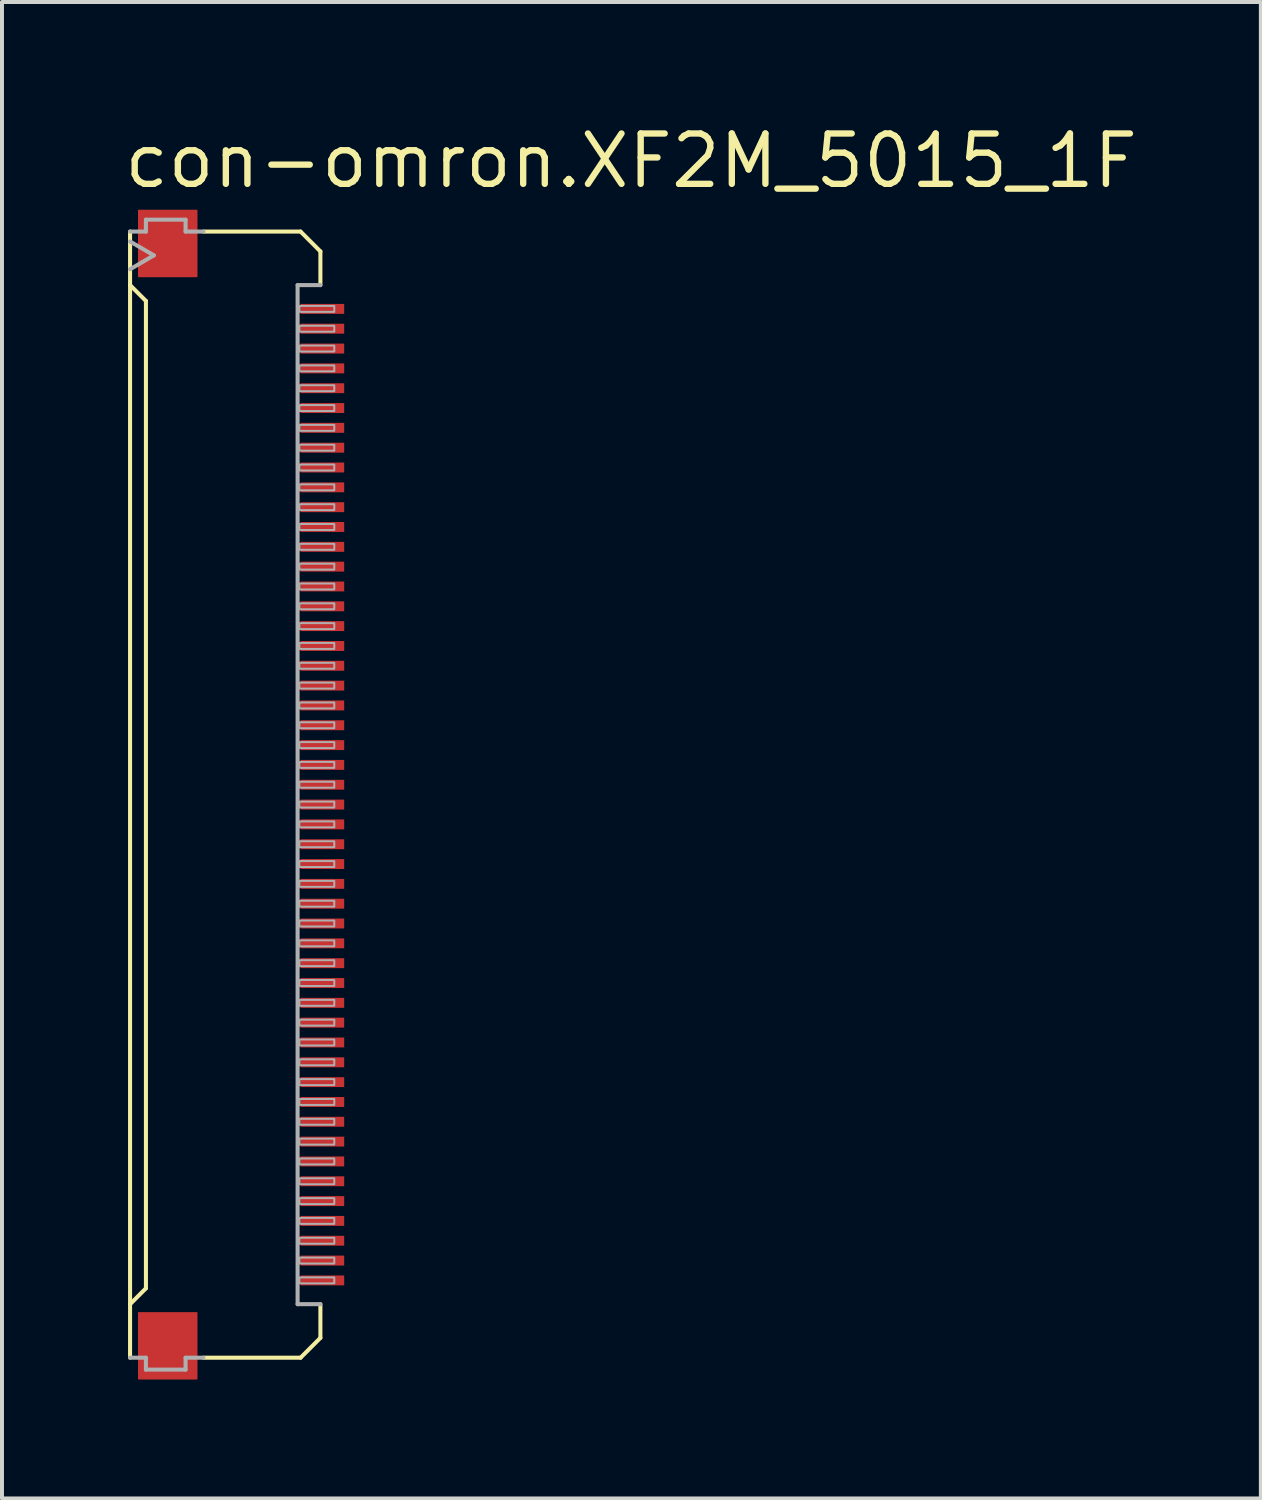
<source format=kicad_pcb>
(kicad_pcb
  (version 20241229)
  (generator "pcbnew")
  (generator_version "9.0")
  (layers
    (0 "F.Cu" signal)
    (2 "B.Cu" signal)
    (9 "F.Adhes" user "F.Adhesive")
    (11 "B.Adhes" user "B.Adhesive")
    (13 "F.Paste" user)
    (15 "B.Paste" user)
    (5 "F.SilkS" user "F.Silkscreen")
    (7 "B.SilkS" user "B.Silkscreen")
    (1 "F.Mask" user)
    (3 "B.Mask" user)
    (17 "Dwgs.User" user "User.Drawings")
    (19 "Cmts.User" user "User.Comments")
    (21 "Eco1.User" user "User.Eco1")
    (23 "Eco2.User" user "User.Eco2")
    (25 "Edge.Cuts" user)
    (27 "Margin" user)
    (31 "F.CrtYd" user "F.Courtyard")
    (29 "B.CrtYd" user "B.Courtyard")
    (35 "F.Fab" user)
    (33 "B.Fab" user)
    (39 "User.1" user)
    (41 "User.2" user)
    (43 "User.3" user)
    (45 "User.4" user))
  (footprint "con-omron.XF2M_5015_1F"
    (layer "F.Cu")
    (at 2.54 16.99)
    (property "Reference" "con-omron.XF2M_5015_1F" (at -2.54 -15.24 0) (layer "F.SilkS") (effects (font (size 1.27 1.27) (thickness 0.16)) (justify left bottom)))
    (attr smd)
    (fp_rect (start 1.965 -12.1) (end 3.115 -12.4) (stroke (width 0.05) (type default)) (fill yes) (layer "F.Mask"))
    (fp_rect (start 1.965 -11.6) (end 3.115 -11.9) (stroke (width 0.05) (type default)) (fill yes) (layer "F.Mask"))
    (fp_rect (start 1.965 -11.1) (end 3.115 -11.4) (stroke (width 0.05) (type default)) (fill yes) (layer "F.Mask"))
    (fp_rect (start 1.965 -10.6) (end 3.115 -10.9) (stroke (width 0.05) (type default)) (fill yes) (layer "F.Mask"))
    (fp_rect (start 1.965 -10.1) (end 3.115 -10.4) (stroke (width 0.05) (type default)) (fill yes) (layer "F.Mask"))
    (fp_rect (start 1.965 -9.6) (end 3.115 -9.9) (stroke (width 0.05) (type default)) (fill yes) (layer "F.Mask"))
    (fp_rect (start 1.965 -9.1) (end 3.115 -9.4) (stroke (width 0.05) (type default)) (fill yes) (layer "F.Mask"))
    (fp_rect (start 1.965 -8.6) (end 3.115 -8.9) (stroke (width 0.05) (type default)) (fill yes) (layer "F.Mask"))
    (fp_rect (start 1.965 -8.1) (end 3.115 -8.4) (stroke (width 0.05) (type default)) (fill yes) (layer "F.Mask"))
    (fp_rect (start 1.965 -7.6) (end 3.115 -7.9) (stroke (width 0.05) (type default)) (fill yes) (layer "F.Mask"))
    (fp_rect (start 1.965 -7.1) (end 3.115 -7.4) (stroke (width 0.05) (type default)) (fill yes) (layer "F.Mask"))
    (fp_rect (start 1.965 -6.6) (end 3.115 -6.9) (stroke (width 0.05) (type default)) (fill yes) (layer "F.Mask"))
    (fp_rect (start 1.965 -6.1) (end 3.115 -6.4) (stroke (width 0.05) (type default)) (fill yes) (layer "F.Mask"))
    (fp_rect (start 1.965 -5.6) (end 3.115 -5.9) (stroke (width 0.05) (type default)) (fill yes) (layer "F.Mask"))
    (fp_rect (start 1.965 -5.1) (end 3.115 -5.4) (stroke (width 0.05) (type default)) (fill yes) (layer "F.Mask"))
    (fp_rect (start 1.965 -4.6) (end 3.115 -4.9) (stroke (width 0.05) (type default)) (fill yes) (layer "F.Mask"))
    (fp_rect (start 1.965 -4.1) (end 3.115 -4.4) (stroke (width 0.05) (type default)) (fill yes) (layer "F.Mask"))
    (fp_rect (start 1.965 -3.6) (end 3.115 -3.9) (stroke (width 0.05) (type default)) (fill yes) (layer "F.Mask"))
    (fp_rect (start 1.965 -3.1) (end 3.115 -3.4) (stroke (width 0.05) (type default)) (fill yes) (layer "F.Mask"))
    (fp_rect (start 1.965 -2.6) (end 3.115 -2.9) (stroke (width 0.05) (type default)) (fill yes) (layer "F.Mask"))
    (fp_rect (start 1.965 -2.1) (end 3.115 -2.4) (stroke (width 0.05) (type default)) (fill yes) (layer "F.Mask"))
    (fp_rect (start 1.965 -1.6) (end 3.115 -1.9) (stroke (width 0.05) (type default)) (fill yes) (layer "F.Mask"))
    (fp_rect (start 1.965 -1.1) (end 3.115 -1.4) (stroke (width 0.05) (type default)) (fill yes) (layer "F.Mask"))
    (fp_rect (start 1.965 -0.6) (end 3.115 -0.9) (stroke (width 0.05) (type default)) (fill yes) (layer "F.Mask"))
    (fp_rect (start 1.965 -0.1) (end 3.115 -0.4) (stroke (width 0.05) (type default)) (fill yes) (layer "F.Mask"))
    (fp_rect (start 1.965 0.4) (end 3.115 0.1) (stroke (width 0.05) (type default)) (fill yes) (layer "F.Mask"))
    (fp_rect (start 1.965 0.9) (end 3.115 0.6) (stroke (width 0.05) (type default)) (fill yes) (layer "F.Mask"))
    (fp_rect (start 1.965 1.4) (end 3.115 1.1) (stroke (width 0.05) (type default)) (fill yes) (layer "F.Mask"))
    (fp_rect (start 1.965 1.9) (end 3.115 1.6) (stroke (width 0.05) (type default)) (fill yes) (layer "F.Mask"))
    (fp_rect (start 1.965 2.4) (end 3.115 2.1) (stroke (width 0.05) (type default)) (fill yes) (layer "F.Mask"))
    (fp_rect (start 1.965 2.9) (end 3.115 2.6) (stroke (width 0.05) (type default)) (fill yes) (layer "F.Mask"))
    (fp_rect (start 1.965 3.4) (end 3.115 3.1) (stroke (width 0.05) (type default)) (fill yes) (layer "F.Mask"))
    (fp_rect (start 1.965 3.9) (end 3.115 3.6) (stroke (width 0.05) (type default)) (fill yes) (layer "F.Mask"))
    (fp_rect (start 1.965 4.4) (end 3.115 4.1) (stroke (width 0.05) (type default)) (fill yes) (layer "F.Mask"))
    (fp_rect (start 1.965 4.9) (end 3.115 4.6) (stroke (width 0.05) (type default)) (fill yes) (layer "F.Mask"))
    (fp_rect (start 1.965 5.4) (end 3.115 5.1) (stroke (width 0.05) (type default)) (fill yes) (layer "F.Mask"))
    (fp_rect (start 1.965 5.9) (end 3.115 5.6) (stroke (width 0.05) (type default)) (fill yes) (layer "F.Mask"))
    (fp_rect (start 1.965 6.4) (end 3.115 6.1) (stroke (width 0.05) (type default)) (fill yes) (layer "F.Mask"))
    (fp_rect (start 1.965 6.9) (end 3.115 6.6) (stroke (width 0.05) (type default)) (fill yes) (layer "F.Mask"))
    (fp_rect (start 1.965 7.4) (end 3.115 7.1) (stroke (width 0.05) (type default)) (fill yes) (layer "F.Mask"))
    (fp_rect (start 1.965 7.9) (end 3.115 7.6) (stroke (width 0.05) (type default)) (fill yes) (layer "F.Mask"))
    (fp_rect (start 1.965 8.4) (end 3.115 8.1) (stroke (width 0.05) (type default)) (fill yes) (layer "F.Mask"))
    (fp_rect (start 1.965 8.9) (end 3.115 8.6) (stroke (width 0.05) (type default)) (fill yes) (layer "F.Mask"))
    (fp_rect (start 1.965 9.4) (end 3.115 9.1) (stroke (width 0.05) (type default)) (fill yes) (layer "F.Mask"))
    (fp_rect (start 1.965 9.9) (end 3.115 9.6) (stroke (width 0.05) (type default)) (fill yes) (layer "F.Mask"))
    (fp_rect (start 1.965 10.4) (end 3.115 10.1) (stroke (width 0.05) (type default)) (fill yes) (layer "F.Mask"))
    (fp_rect (start 1.965 10.9) (end 3.115 10.6) (stroke (width 0.05) (type default)) (fill yes) (layer "F.Mask"))
    (fp_rect (start 1.965 11.4) (end 3.115 11.1) (stroke (width 0.05) (type default)) (fill yes) (layer "F.Mask"))
    (fp_rect (start 1.965 11.9) (end 3.115 11.6) (stroke (width 0.05) (type default)) (fill yes) (layer "F.Mask"))
    (fp_rect (start 1.965 12.4) (end 3.115 12.1) (stroke (width 0.05) (type default)) (fill yes) (layer "F.Mask"))
    (fp_line (start -2.31 -12.85) (end -2.31 -14.2) (stroke (width 0.102) (type default)) (layer "F.SilkS"))
    (fp_line (start -2.31 -12.85) (end -2.31 12.85) (stroke (width 0.102) (type default)) (layer "F.SilkS"))
    (fp_line (start -2.31 12.85) (end -1.91 12.45) (stroke (width 0.102) (type default)) (layer "F.SilkS"))
    (fp_line (start -2.31 14.2) (end -2.31 12.85) (stroke (width 0.102) (type default)) (layer "F.SilkS"))
    (fp_line (start -1.91 -12.45) (end -2.31 -12.85) (stroke (width 0.102) (type default)) (layer "F.SilkS"))
    (fp_line (start -1.91 12.45) (end -1.91 -12.45) (stroke (width 0.102) (type default)) (layer "F.SilkS"))
    (fp_line (start 1.99 -14.2) (end -0.46 -14.2) (stroke (width 0.102) (type default)) (layer "F.SilkS"))
    (fp_line (start 1.99 14.2) (end -0.46 14.2) (stroke (width 0.102) (type default)) (layer "F.SilkS"))
    (fp_line (start 2.49 -13.7) (end 1.99 -14.2) (stroke (width 0.102) (type default)) (layer "F.SilkS"))
    (fp_line (start 2.49 -12.85) (end 2.49 -13.7) (stroke (width 0.102) (type default)) (layer "F.SilkS"))
    (fp_line (start 2.49 12.85) (end 2.49 13.7) (stroke (width 0.102) (type default)) (layer "F.SilkS"))
    (fp_line (start 2.49 13.7) (end 1.99 14.2) (stroke (width 0.102) (type default)) (layer "F.SilkS"))
    (fp_line (start -2.31 -14.2) (end -1.91 -14.2) (stroke (width 0.102) (type default)) (layer "F.Fab"))
    (fp_line (start -2.31 -13.95) (end -1.71 -13.6) (stroke (width 0.102) (type default)) (layer "F.Fab"))
    (fp_line (start -1.91 -14.5) (end -0.91 -14.5) (stroke (width 0.102) (type default)) (layer "F.Fab"))
    (fp_line (start -1.91 -14.2) (end -1.91 -14.5) (stroke (width 0.102) (type default)) (layer "F.Fab"))
    (fp_line (start -1.91 14.2) (end -2.31 14.2) (stroke (width 0.102) (type default)) (layer "F.Fab"))
    (fp_line (start -1.91 14.5) (end -1.91 14.2) (stroke (width 0.102) (type default)) (layer "F.Fab"))
    (fp_line (start -1.71 -13.6) (end -2.31 -13.25) (stroke (width 0.102) (type default)) (layer "F.Fab"))
    (fp_line (start -0.91 -14.5) (end -0.91 -14.2) (stroke (width 0.102) (type default)) (layer "F.Fab"))
    (fp_line (start -0.91 -14.2) (end -0.46 -14.2) (stroke (width 0.102) (type default)) (layer "F.Fab"))
    (fp_line (start -0.91 14.2) (end -0.91 14.5) (stroke (width 0.102) (type default)) (layer "F.Fab"))
    (fp_line (start -0.91 14.5) (end -1.91 14.5) (stroke (width 0.102) (type default)) (layer "F.Fab"))
    (fp_line (start -0.46 14.2) (end -0.91 14.2) (stroke (width 0.102) (type default)) (layer "F.Fab"))
    (fp_line (start 1.915 -12.85) (end 1.915 12.85) (stroke (width 0.102) (type default)) (layer "F.Fab"))
    (fp_line (start 1.915 12.85) (end 2.49 12.85) (stroke (width 0.102) (type default)) (layer "F.Fab"))
    (fp_line (start 2.49 -12.85) (end 1.915 -12.85) (stroke (width 0.102) (type default)) (layer "F.Fab"))
    (fp_rect (start 1.965 -12.175) (end 2.84 -12.325) (stroke (width 0.05) (type default)) (fill no) (layer "F.Fab"))
    (fp_rect (start 1.965 -11.675) (end 2.84 -11.825) (stroke (width 0.05) (type default)) (fill no) (layer "F.Fab"))
    (fp_rect (start 1.965 -11.175) (end 2.84 -11.325) (stroke (width 0.05) (type default)) (fill no) (layer "F.Fab"))
    (fp_rect (start 1.965 -10.675) (end 2.84 -10.825) (stroke (width 0.05) (type default)) (fill no) (layer "F.Fab"))
    (fp_rect (start 1.965 -10.175) (end 2.84 -10.325) (stroke (width 0.05) (type default)) (fill no) (layer "F.Fab"))
    (fp_rect (start 1.965 -9.675) (end 2.84 -9.825) (stroke (width 0.05) (type default)) (fill no) (layer "F.Fab"))
    (fp_rect (start 1.965 -9.175) (end 2.84 -9.325) (stroke (width 0.05) (type default)) (fill no) (layer "F.Fab"))
    (fp_rect (start 1.965 -8.675) (end 2.84 -8.825) (stroke (width 0.05) (type default)) (fill no) (layer "F.Fab"))
    (fp_rect (start 1.965 -8.175) (end 2.84 -8.325) (stroke (width 0.05) (type default)) (fill no) (layer "F.Fab"))
    (fp_rect (start 1.965 -7.675) (end 2.84 -7.825) (stroke (width 0.05) (type default)) (fill no) (layer "F.Fab"))
    (fp_rect (start 1.965 -7.175) (end 2.84 -7.325) (stroke (width 0.05) (type default)) (fill no) (layer "F.Fab"))
    (fp_rect (start 1.965 -6.675) (end 2.84 -6.825) (stroke (width 0.05) (type default)) (fill no) (layer "F.Fab"))
    (fp_rect (start 1.965 -6.175) (end 2.84 -6.325) (stroke (width 0.05) (type default)) (fill no) (layer "F.Fab"))
    (fp_rect (start 1.965 -5.675) (end 2.84 -5.825) (stroke (width 0.05) (type default)) (fill no) (layer "F.Fab"))
    (fp_rect (start 1.965 -5.175) (end 2.84 -5.325) (stroke (width 0.05) (type default)) (fill no) (layer "F.Fab"))
    (fp_rect (start 1.965 -4.675) (end 2.84 -4.825) (stroke (width 0.05) (type default)) (fill no) (layer "F.Fab"))
    (fp_rect (start 1.965 -4.175) (end 2.84 -4.325) (stroke (width 0.05) (type default)) (fill no) (layer "F.Fab"))
    (fp_rect (start 1.965 -3.675) (end 2.84 -3.825) (stroke (width 0.05) (type default)) (fill no) (layer "F.Fab"))
    (fp_rect (start 1.965 -3.175) (end 2.84 -3.325) (stroke (width 0.05) (type default)) (fill no) (layer "F.Fab"))
    (fp_rect (start 1.965 -2.675) (end 2.84 -2.825) (stroke (width 0.05) (type default)) (fill no) (layer "F.Fab"))
    (fp_rect (start 1.965 -2.175) (end 2.84 -2.325) (stroke (width 0.05) (type default)) (fill no) (layer "F.Fab"))
    (fp_rect (start 1.965 -1.675) (end 2.84 -1.825) (stroke (width 0.05) (type default)) (fill no) (layer "F.Fab"))
    (fp_rect (start 1.965 -1.175) (end 2.84 -1.325) (stroke (width 0.05) (type default)) (fill no) (layer "F.Fab"))
    (fp_rect (start 1.965 -0.675) (end 2.84 -0.825) (stroke (width 0.05) (type default)) (fill no) (layer "F.Fab"))
    (fp_rect (start 1.965 -0.175) (end 2.84 -0.325) (stroke (width 0.05) (type default)) (fill no) (layer "F.Fab"))
    (fp_rect (start 1.965 0.325) (end 2.84 0.175) (stroke (width 0.05) (type default)) (fill no) (layer "F.Fab"))
    (fp_rect (start 1.965 0.825) (end 2.84 0.675) (stroke (width 0.05) (type default)) (fill no) (layer "F.Fab"))
    (fp_rect (start 1.965 1.325) (end 2.84 1.175) (stroke (width 0.05) (type default)) (fill no) (layer "F.Fab"))
    (fp_rect (start 1.965 1.825) (end 2.84 1.675) (stroke (width 0.05) (type default)) (fill no) (layer "F.Fab"))
    (fp_rect (start 1.965 2.325) (end 2.84 2.175) (stroke (width 0.05) (type default)) (fill no) (layer "F.Fab"))
    (fp_rect (start 1.965 2.825) (end 2.84 2.675) (stroke (width 0.05) (type default)) (fill no) (layer "F.Fab"))
    (fp_rect (start 1.965 3.325) (end 2.84 3.175) (stroke (width 0.05) (type default)) (fill no) (layer "F.Fab"))
    (fp_rect (start 1.965 3.825) (end 2.84 3.675) (stroke (width 0.05) (type default)) (fill no) (layer "F.Fab"))
    (fp_rect (start 1.965 4.325) (end 2.84 4.175) (stroke (width 0.05) (type default)) (fill no) (layer "F.Fab"))
    (fp_rect (start 1.965 4.825) (end 2.84 4.675) (stroke (width 0.05) (type default)) (fill no) (layer "F.Fab"))
    (fp_rect (start 1.965 5.325) (end 2.84 5.175) (stroke (width 0.05) (type default)) (fill no) (layer "F.Fab"))
    (fp_rect (start 1.965 5.825) (end 2.84 5.675) (stroke (width 0.05) (type default)) (fill no) (layer "F.Fab"))
    (fp_rect (start 1.965 6.325) (end 2.84 6.175) (stroke (width 0.05) (type default)) (fill no) (layer "F.Fab"))
    (fp_rect (start 1.965 6.825) (end 2.84 6.675) (stroke (width 0.05) (type default)) (fill no) (layer "F.Fab"))
    (fp_rect (start 1.965 7.325) (end 2.84 7.175) (stroke (width 0.05) (type default)) (fill no) (layer "F.Fab"))
    (fp_rect (start 1.965 7.825) (end 2.84 7.675) (stroke (width 0.05) (type default)) (fill no) (layer "F.Fab"))
    (fp_rect (start 1.965 8.325) (end 2.84 8.175) (stroke (width 0.05) (type default)) (fill no) (layer "F.Fab"))
    (fp_rect (start 1.965 8.825) (end 2.84 8.675) (stroke (width 0.05) (type default)) (fill no) (layer "F.Fab"))
    (fp_rect (start 1.965 9.325) (end 2.84 9.175) (stroke (width 0.05) (type default)) (fill no) (layer "F.Fab"))
    (fp_rect (start 1.965 9.825) (end 2.84 9.675) (stroke (width 0.05) (type default)) (fill no) (layer "F.Fab"))
    (fp_rect (start 1.965 10.325) (end 2.84 10.175) (stroke (width 0.05) (type default)) (fill no) (layer "F.Fab"))
    (fp_rect (start 1.965 10.825) (end 2.84 10.675) (stroke (width 0.05) (type default)) (fill no) (layer "F.Fab"))
    (fp_rect (start 1.965 11.325) (end 2.84 11.175) (stroke (width 0.05) (type default)) (fill no) (layer "F.Fab"))
    (fp_rect (start 1.965 11.825) (end 2.84 11.675) (stroke (width 0.05) (type default)) (fill no) (layer "F.Fab"))
    (fp_rect (start 1.965 12.325) (end 2.84 12.175) (stroke (width 0.05) (type default)) (fill no) (layer "F.Fab"))
    (pad "1" smd roundrect (at 2.54 -12.25) (size 1.1 0.25) (layers "F.Cu" "F.Mask" "F.Paste") (roundrect_rratio 0.01))
    (pad "2" smd roundrect (at 2.54 -11.75) (size 1.1 0.25) (layers "F.Cu" "F.Mask" "F.Paste") (roundrect_rratio 0.01))
    (pad "3" smd roundrect (at 2.54 -11.25) (size 1.1 0.25) (layers "F.Cu" "F.Mask" "F.Paste") (roundrect_rratio 0.01))
    (pad "4" smd roundrect (at 2.54 -10.75) (size 1.1 0.25) (layers "F.Cu" "F.Mask" "F.Paste") (roundrect_rratio 0.01))
    (pad "5" smd roundrect (at 2.54 -10.25) (size 1.1 0.25) (layers "F.Cu" "F.Mask" "F.Paste") (roundrect_rratio 0.01))
    (pad "6" smd roundrect (at 2.54 -9.75) (size 1.1 0.25) (layers "F.Cu" "F.Mask" "F.Paste") (roundrect_rratio 0.01))
    (pad "7" smd roundrect (at 2.54 -9.25) (size 1.1 0.25) (layers "F.Cu" "F.Mask" "F.Paste") (roundrect_rratio 0.01))
    (pad "8" smd roundrect (at 2.54 -8.75) (size 1.1 0.25) (layers "F.Cu" "F.Mask" "F.Paste") (roundrect_rratio 0.01))
    (pad "9" smd roundrect (at 2.54 -8.25) (size 1.1 0.25) (layers "F.Cu" "F.Mask" "F.Paste") (roundrect_rratio 0.01))
    (pad "10" smd roundrect (at 2.54 -7.75) (size 1.1 0.25) (layers "F.Cu" "F.Mask" "F.Paste") (roundrect_rratio 0.01))
    (pad "11" smd roundrect (at 2.54 -7.25) (size 1.1 0.25) (layers "F.Cu" "F.Mask" "F.Paste") (roundrect_rratio 0.01))
    (pad "12" smd roundrect (at 2.54 -6.75) (size 1.1 0.25) (layers "F.Cu" "F.Mask" "F.Paste") (roundrect_rratio 0.01))
    (pad "13" smd roundrect (at 2.54 -6.25) (size 1.1 0.25) (layers "F.Cu" "F.Mask" "F.Paste") (roundrect_rratio 0.01))
    (pad "14" smd roundrect (at 2.54 -5.75) (size 1.1 0.25) (layers "F.Cu" "F.Mask" "F.Paste") (roundrect_rratio 0.01))
    (pad "15" smd roundrect (at 2.54 -5.25) (size 1.1 0.25) (layers "F.Cu" "F.Mask" "F.Paste") (roundrect_rratio 0.01))
    (pad "16" smd roundrect (at 2.54 -4.75) (size 1.1 0.25) (layers "F.Cu" "F.Mask" "F.Paste") (roundrect_rratio 0.01))
    (pad "17" smd roundrect (at 2.54 -4.25) (size 1.1 0.25) (layers "F.Cu" "F.Mask" "F.Paste") (roundrect_rratio 0.01))
    (pad "18" smd roundrect (at 2.54 -3.75) (size 1.1 0.25) (layers "F.Cu" "F.Mask" "F.Paste") (roundrect_rratio 0.01))
    (pad "19" smd roundrect (at 2.54 -3.25) (size 1.1 0.25) (layers "F.Cu" "F.Mask" "F.Paste") (roundrect_rratio 0.01))
    (pad "20" smd roundrect (at 2.54 -2.75) (size 1.1 0.25) (layers "F.Cu" "F.Mask" "F.Paste") (roundrect_rratio 0.01))
    (pad "21" smd roundrect (at 2.54 -2.25) (size 1.1 0.25) (layers "F.Cu" "F.Mask" "F.Paste") (roundrect_rratio 0.01))
    (pad "22" smd roundrect (at 2.54 -1.75) (size 1.1 0.25) (layers "F.Cu" "F.Mask" "F.Paste") (roundrect_rratio 0.01))
    (pad "23" smd roundrect (at 2.54 -1.25) (size 1.1 0.25) (layers "F.Cu" "F.Mask" "F.Paste") (roundrect_rratio 0.01))
    (pad "24" smd roundrect (at 2.54 -0.75) (size 1.1 0.25) (layers "F.Cu" "F.Mask" "F.Paste") (roundrect_rratio 0.01))
    (pad "25" smd roundrect (at 2.54 -0.25) (size 1.1 0.25) (layers "F.Cu" "F.Mask" "F.Paste") (roundrect_rratio 0.01))
    (pad "26" smd roundrect (at 2.54 0.25) (size 1.1 0.25) (layers "F.Cu" "F.Mask" "F.Paste") (roundrect_rratio 0.01))
    (pad "27" smd roundrect (at 2.54 0.75) (size 1.1 0.25) (layers "F.Cu" "F.Mask" "F.Paste") (roundrect_rratio 0.01))
    (pad "28" smd roundrect (at 2.54 1.25) (size 1.1 0.25) (layers "F.Cu" "F.Mask" "F.Paste") (roundrect_rratio 0.01))
    (pad "29" smd roundrect (at 2.54 1.75) (size 1.1 0.25) (layers "F.Cu" "F.Mask" "F.Paste") (roundrect_rratio 0.01))
    (pad "30" smd roundrect (at 2.54 2.25) (size 1.1 0.25) (layers "F.Cu" "F.Mask" "F.Paste") (roundrect_rratio 0.01))
    (pad "31" smd roundrect (at 2.54 2.75) (size 1.1 0.25) (layers "F.Cu" "F.Mask" "F.Paste") (roundrect_rratio 0.01))
    (pad "32" smd roundrect (at 2.54 3.25) (size 1.1 0.25) (layers "F.Cu" "F.Mask" "F.Paste") (roundrect_rratio 0.01))
    (pad "33" smd roundrect (at 2.54 3.75) (size 1.1 0.25) (layers "F.Cu" "F.Mask" "F.Paste") (roundrect_rratio 0.01))
    (pad "34" smd roundrect (at 2.54 4.25) (size 1.1 0.25) (layers "F.Cu" "F.Mask" "F.Paste") (roundrect_rratio 0.01))
    (pad "35" smd roundrect (at 2.54 4.75) (size 1.1 0.25) (layers "F.Cu" "F.Mask" "F.Paste") (roundrect_rratio 0.01))
    (pad "36" smd roundrect (at 2.54 5.25) (size 1.1 0.25) (layers "F.Cu" "F.Mask" "F.Paste") (roundrect_rratio 0.01))
    (pad "37" smd roundrect (at 2.54 5.75) (size 1.1 0.25) (layers "F.Cu" "F.Mask" "F.Paste") (roundrect_rratio 0.01))
    (pad "38" smd roundrect (at 2.54 6.25) (size 1.1 0.25) (layers "F.Cu" "F.Mask" "F.Paste") (roundrect_rratio 0.01))
    (pad "39" smd roundrect (at 2.54 6.75) (size 1.1 0.25) (layers "F.Cu" "F.Mask" "F.Paste") (roundrect_rratio 0.01))
    (pad "40" smd roundrect (at 2.54 7.25) (size 1.1 0.25) (layers "F.Cu" "F.Mask" "F.Paste") (roundrect_rratio 0.01))
    (pad "41" smd roundrect (at 2.54 7.75) (size 1.1 0.25) (layers "F.Cu" "F.Mask" "F.Paste") (roundrect_rratio 0.01))
    (pad "42" smd roundrect (at 2.54 8.25) (size 1.1 0.25) (layers "F.Cu" "F.Mask" "F.Paste") (roundrect_rratio 0.01))
    (pad "43" smd roundrect (at 2.54 8.75) (size 1.1 0.25) (layers "F.Cu" "F.Mask" "F.Paste") (roundrect_rratio 0.01))
    (pad "44" smd roundrect (at 2.54 9.25) (size 1.1 0.25) (layers "F.Cu" "F.Mask" "F.Paste") (roundrect_rratio 0.01))
    (pad "45" smd roundrect (at 2.54 9.75) (size 1.1 0.25) (layers "F.Cu" "F.Mask" "F.Paste") (roundrect_rratio 0.01))
    (pad "46" smd roundrect (at 2.54 10.25) (size 1.1 0.25) (layers "F.Cu" "F.Mask" "F.Paste") (roundrect_rratio 0.01))
    (pad "47" smd roundrect (at 2.54 10.75) (size 1.1 0.25) (layers "F.Cu" "F.Mask" "F.Paste") (roundrect_rratio 0.01))
    (pad "48" smd roundrect (at 2.54 11.25) (size 1.1 0.25) (layers "F.Cu" "F.Mask" "F.Paste") (roundrect_rratio 0.01))
    (pad "49" smd roundrect (at 2.54 11.75) (size 1.1 0.25) (layers "F.Cu" "F.Mask" "F.Paste") (roundrect_rratio 0.01))
    (pad "50" smd roundrect (at 2.54 12.25) (size 1.1 0.25) (layers "F.Cu" "F.Mask" "F.Paste") (roundrect_rratio 0.01))
    (pad "M1" smd roundrect (at -1.36 -13.9) (size 1.5 1.7) (layers "F.Cu" "F.Mask" "F.Paste") (roundrect_rratio 0.01))
    (pad "M2" smd roundrect (at -1.36 13.9) (size 1.5 1.7) (layers "F.Cu" "F.Mask" "F.Paste") (roundrect_rratio 0.01)))
  (gr_rect
    (start -3 -3)
    (end 28.747 34.74)
    (stroke (width 0.1) (type default))
    (fill no)
    (layer "Edge.Cuts")))
</source>
